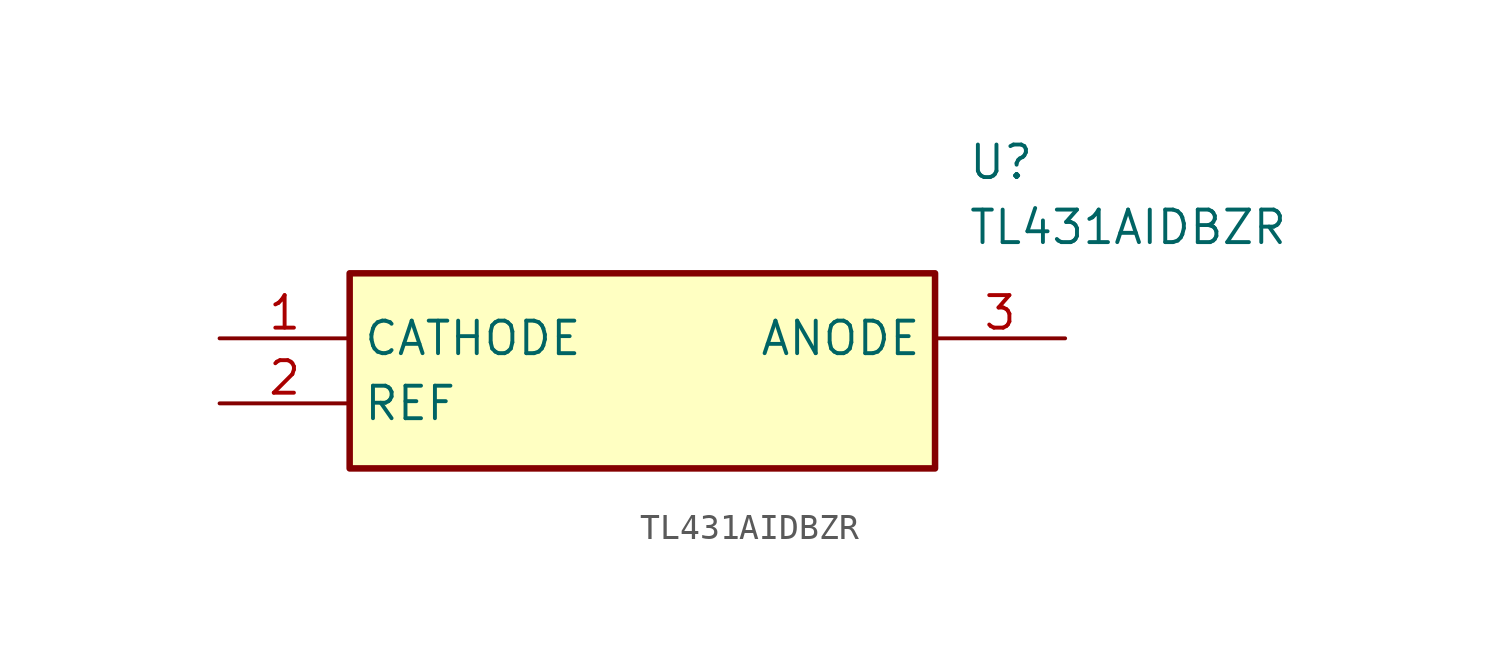
<source format=kicad_sym>
(kicad_symbol_lib
  (version 20211014)
  (generator SamacSys_ECAD_Model)
  (symbol "TL431AIDBZR"
    (property "Reference" "U"
      (at 29.21 7.62 0)
      (effects (font (size 1.27 1.27)) (justify left top)))
    (property "Value" "TL431AIDBZR"
      (at 29.21 5.08 0)
      (effects (font (size 1.27 1.27)) (justify left top)))
    (rectangle
      (start 5.08 2.54)
      (end 27.94 -5.08)
      (stroke (width 0.254) (type default))
      (fill (type background)))
    (pin passive line
      (at 0 0 0)
      (length 5.08)
      (name "CATHODE" (effects (font (size 1.27 1.27))))
      (number "1" (effects (font (size 1.27 1.27)))))
    (pin passive line
      (at 0 -2.54 0)
      (length 5.08)
      (name "REF" (effects (font (size 1.27 1.27))))
      (number "2" (effects (font (size 1.27 1.27)))))
    (pin passive line
      (at 33.02 0 180)
      (length 5.08)
      (name "ANODE" (effects (font (size 1.27 1.27))))
      (number "3" (effects (font (size 1.27 1.27)))))))
</source>
